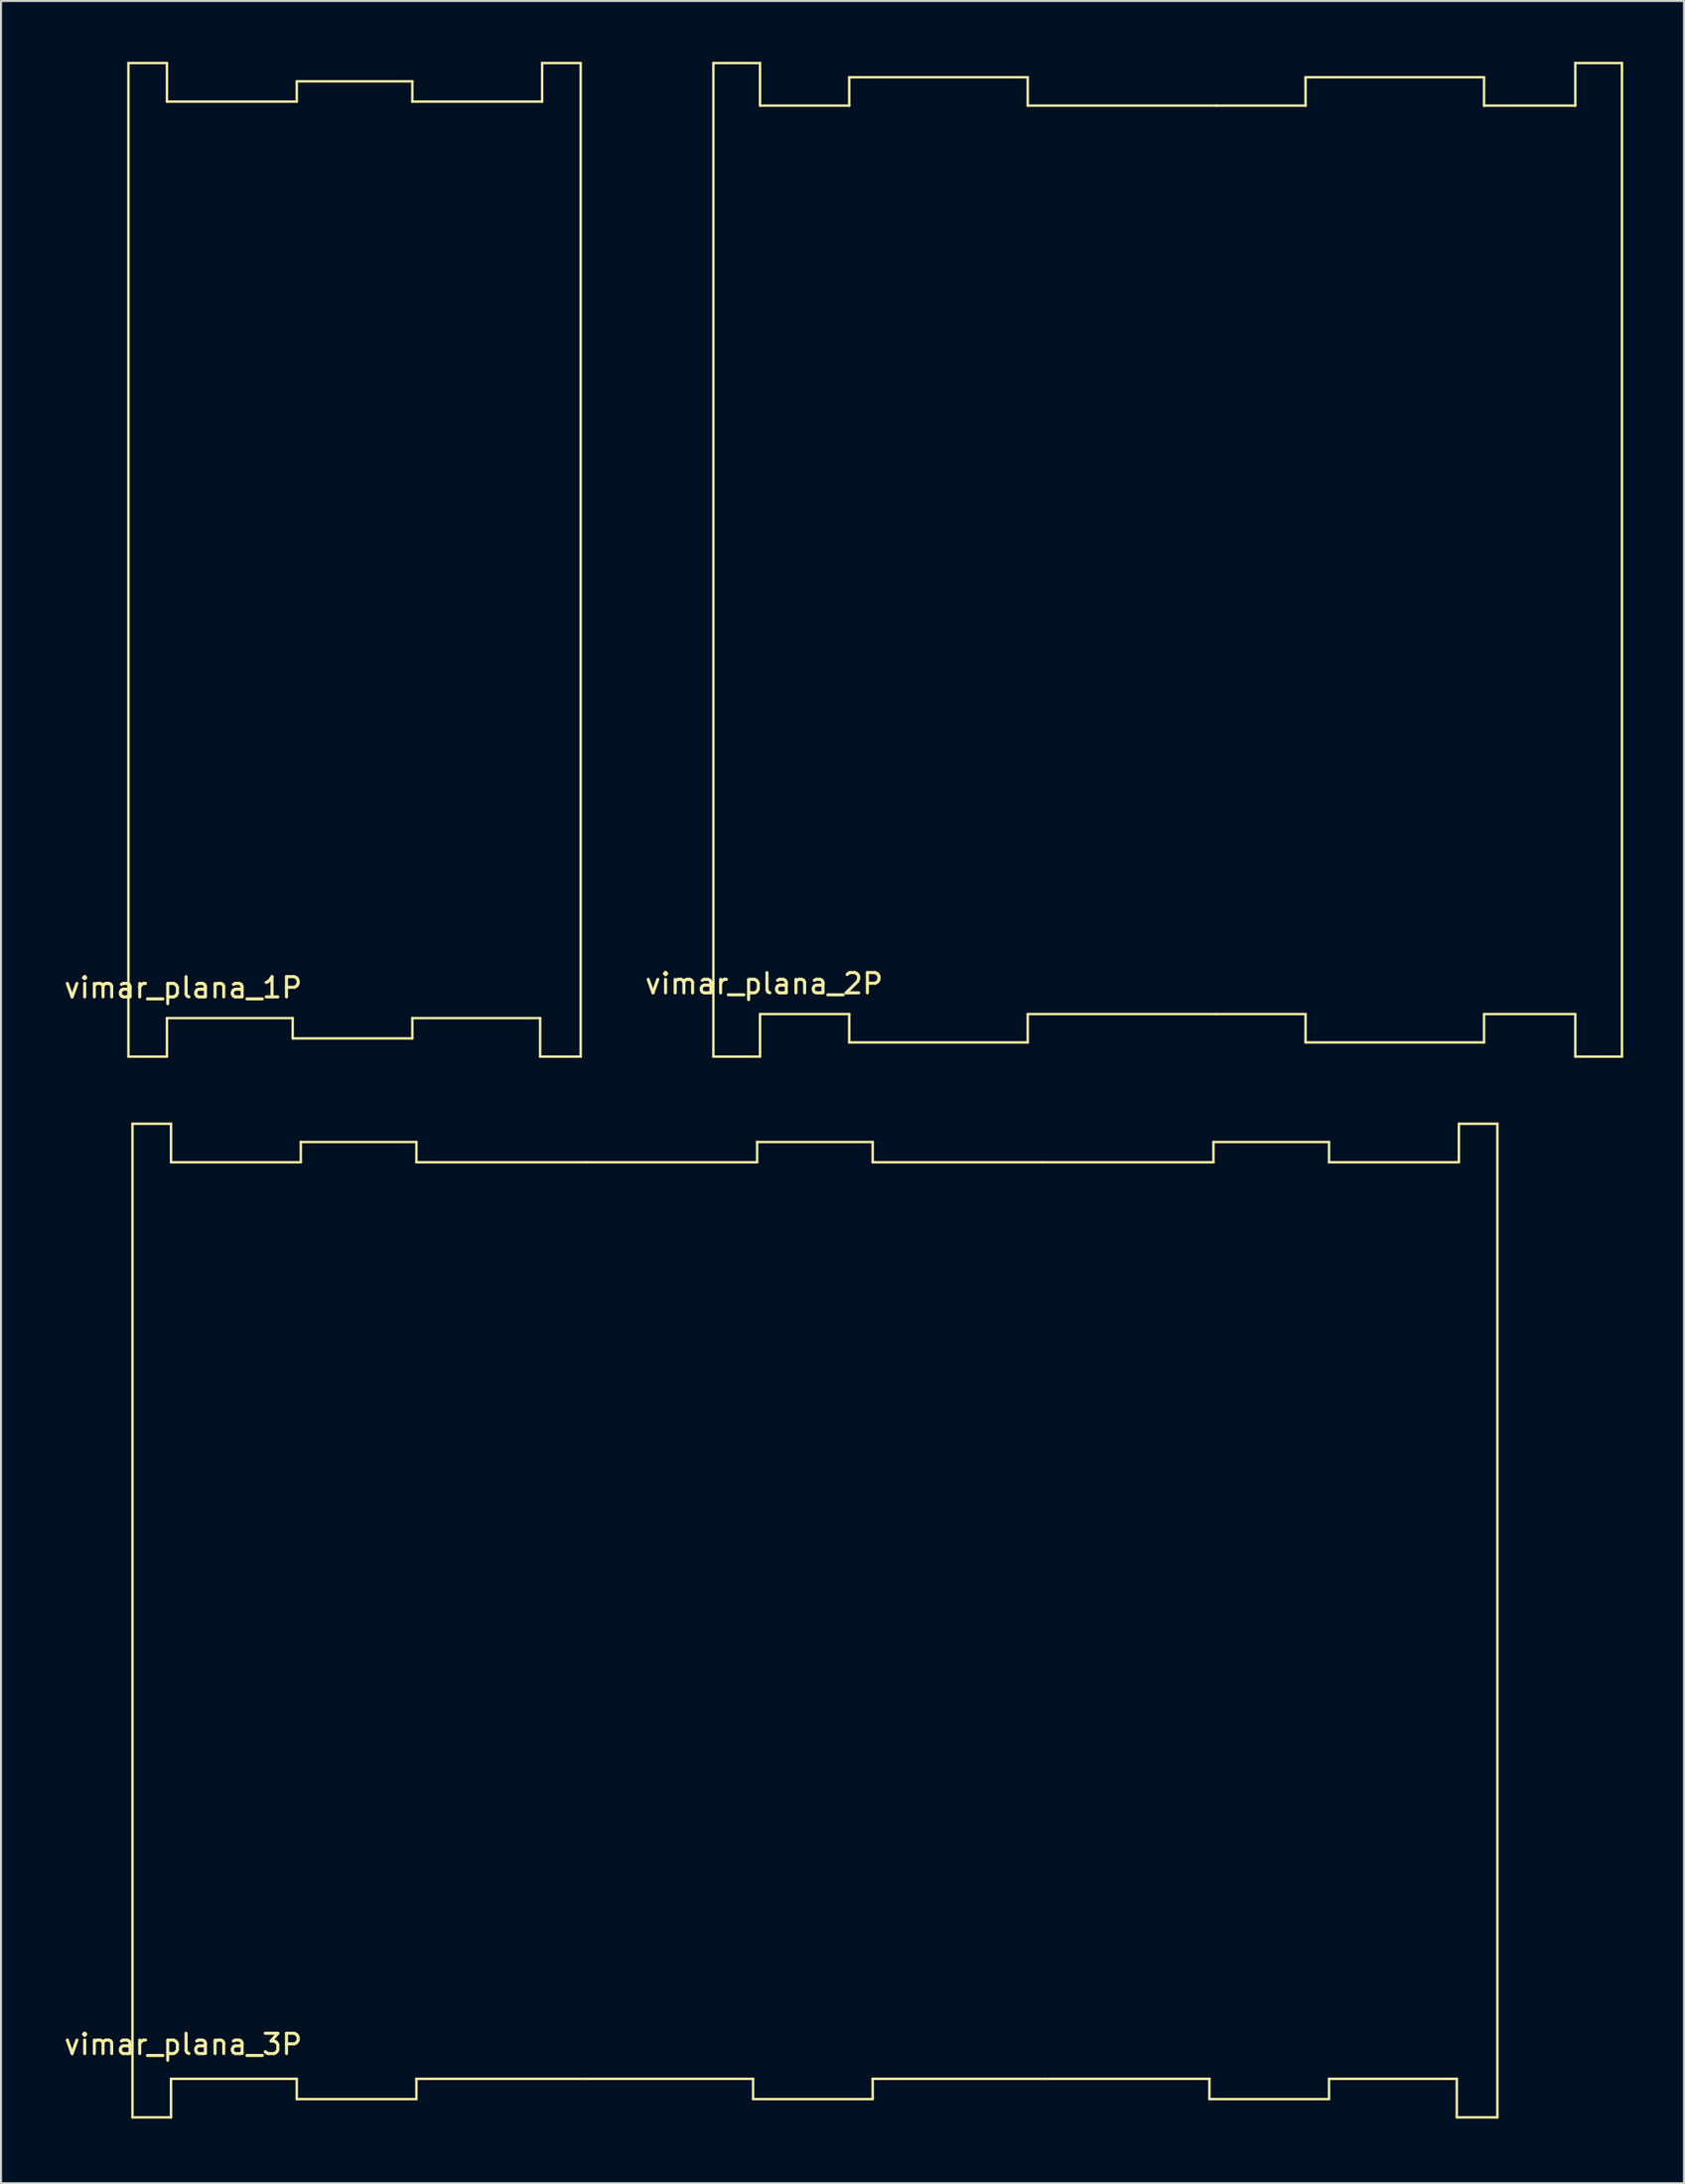
<source format=kicad_pcb>
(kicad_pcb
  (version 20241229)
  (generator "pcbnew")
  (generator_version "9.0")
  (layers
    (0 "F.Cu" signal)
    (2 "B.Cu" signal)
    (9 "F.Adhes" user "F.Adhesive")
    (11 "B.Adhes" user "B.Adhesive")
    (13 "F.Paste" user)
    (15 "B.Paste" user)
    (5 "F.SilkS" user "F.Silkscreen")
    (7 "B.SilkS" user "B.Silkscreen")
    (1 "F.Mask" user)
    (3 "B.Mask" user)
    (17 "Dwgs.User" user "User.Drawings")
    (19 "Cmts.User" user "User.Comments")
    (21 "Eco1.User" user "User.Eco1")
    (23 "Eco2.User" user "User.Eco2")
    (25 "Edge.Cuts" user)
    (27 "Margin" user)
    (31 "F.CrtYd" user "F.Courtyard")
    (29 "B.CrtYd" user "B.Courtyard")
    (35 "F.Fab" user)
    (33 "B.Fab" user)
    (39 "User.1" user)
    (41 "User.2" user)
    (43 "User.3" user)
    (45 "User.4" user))
  (footprint "vimar_plana_2P"
    (layer "F.Cu")
    (at 32.124 49.06)
    (property "Reference" "vimar_plana_2P" (at 2.5 -3.6 0) (layer "F.SilkS") (effects (font (size 1 1) (thickness 0.15))))
    (attr through_hole)
    (fp_line (start 0 -49) (end 0 0) (stroke (width 0.12) (type solid)) (layer "F.SilkS"))
    (fp_line (start 0 0) (end 2.3 0) (stroke (width 0.12) (type solid)) (layer "F.SilkS"))
    (fp_line (start 2.3 -49) (end 0 -49) (stroke (width 0.12) (type solid)) (layer "F.SilkS"))
    (fp_line (start 2.3 -46.9) (end 2.3 -49) (stroke (width 0.12) (type solid)) (layer "F.SilkS"))
    (fp_line (start 2.3 -2.1) (end 6.7 -2.1) (stroke (width 0.12) (type solid)) (layer "F.SilkS"))
    (fp_line (start 2.3 0) (end 2.3 -2.1) (stroke (width 0.12) (type solid)) (layer "F.SilkS"))
    (fp_line (start 6.7 -48.3) (end 6.7 -46.9) (stroke (width 0.12) (type solid)) (layer "F.SilkS"))
    (fp_line (start 6.7 -46.9) (end 2.3 -46.9) (stroke (width 0.12) (type solid)) (layer "F.SilkS"))
    (fp_line (start 6.7 -2.1) (end 6.7 -0.7) (stroke (width 0.12) (type solid)) (layer "F.SilkS"))
    (fp_line (start 6.7 -0.7) (end 15.5 -0.7) (stroke (width 0.12) (type solid)) (layer "F.SilkS"))
    (fp_line (start 15.5 -48.3) (end 6.7 -48.3) (stroke (width 0.12) (type solid)) (layer "F.SilkS"))
    (fp_line (start 15.5 -46.9) (end 15.5 -48.3) (stroke (width 0.12) (type solid)) (layer "F.SilkS"))
    (fp_line (start 15.5 -2.1) (end 24.8 -2.1) (stroke (width 0.12) (type solid)) (layer "F.SilkS"))
    (fp_line (start 15.5 -0.7) (end 15.5 -2.1) (stroke (width 0.12) (type solid)) (layer "F.SilkS"))
    (fp_line (start 24.8 -46.9) (end 15.5 -46.9) (stroke (width 0.12) (type solid)) (layer "F.SilkS"))
    (fp_line (start 24.8 -2.1) (end 29.2 -2.1) (stroke (width 0.12) (type solid)) (layer "F.SilkS"))
    (fp_line (start 29.2 -48.3) (end 29.2 -46.9) (stroke (width 0.12) (type solid)) (layer "F.SilkS"))
    (fp_line (start 29.2 -46.9) (end 24.8 -46.9) (stroke (width 0.12) (type solid)) (layer "F.SilkS"))
    (fp_line (start 29.2 -2.1) (end 29.2 -0.7) (stroke (width 0.12) (type solid)) (layer "F.SilkS"))
    (fp_line (start 29.2 -0.7) (end 38 -0.7) (stroke (width 0.12) (type solid)) (layer "F.SilkS"))
    (fp_line (start 38 -48.3) (end 29.2 -48.3) (stroke (width 0.12) (type solid)) (layer "F.SilkS"))
    (fp_line (start 38 -46.9) (end 38 -48.3) (stroke (width 0.12) (type solid)) (layer "F.SilkS"))
    (fp_line (start 38 -2.1) (end 42.5 -2.1) (stroke (width 0.12) (type solid)) (layer "F.SilkS"))
    (fp_line (start 38 -0.7) (end 38 -2.1) (stroke (width 0.12) (type solid)) (layer "F.SilkS"))
    (fp_line (start 42.5 -49) (end 42.5 -46.9) (stroke (width 0.12) (type solid)) (layer "F.SilkS"))
    (fp_line (start 42.5 -46.9) (end 38 -46.9) (stroke (width 0.12) (type solid)) (layer "F.SilkS"))
    (fp_line (start 42.5 -2.1) (end 42.5 0) (stroke (width 0.12) (type solid)) (layer "F.SilkS"))
    (fp_line (start 42.5 0) (end 44.8 0) (stroke (width 0.12) (type solid)) (layer "F.SilkS"))
    (fp_line (start 44.8 -49) (end 42.5 -49) (stroke (width 0.12) (type solid)) (layer "F.SilkS"))
    (fp_line (start 44.8 0) (end 44.8 -49) (stroke (width 0.12) (type solid)) (layer "F.SilkS")))
  (footprint "vimar_plana_1P"
    (layer "F.Cu")
    (at 3.282 49.06)
    (property "Reference" "vimar_plana_1P" (at 2.7 -3.4 0) (layer "F.SilkS") (effects (font (size 1 1) (thickness 0.15))))
    (attr through_hole)
    (fp_line (start 0 -49) (end 0 0) (stroke (width 0.12) (type solid)) (layer "F.SilkS"))
    (fp_line (start 0 0) (end 1.9 0) (stroke (width 0.12) (type solid)) (layer "F.SilkS"))
    (fp_line (start 1.9 -49) (end 0 -49) (stroke (width 0.12) (type solid)) (layer "F.SilkS"))
    (fp_line (start 1.9 -47.1) (end 1.9 -49) (stroke (width 0.12) (type solid)) (layer "F.SilkS"))
    (fp_line (start 1.9 -1.9) (end 8.1 -1.9) (stroke (width 0.12) (type solid)) (layer "F.SilkS"))
    (fp_line (start 1.9 0) (end 1.9 -1.9) (stroke (width 0.12) (type solid)) (layer "F.SilkS"))
    (fp_line (start 8.1 -1.9) (end 8.1 -0.9) (stroke (width 0.12) (type solid)) (layer "F.SilkS"))
    (fp_line (start 8.1 -0.9) (end 14 -0.9) (stroke (width 0.12) (type solid)) (layer "F.SilkS"))
    (fp_line (start 8.3 -48.1) (end 8.3 -47.1) (stroke (width 0.12) (type solid)) (layer "F.SilkS"))
    (fp_line (start 8.3 -47.1) (end 1.9 -47.1) (stroke (width 0.12) (type solid)) (layer "F.SilkS"))
    (fp_line (start 14 -48.1) (end 8.3 -48.1) (stroke (width 0.12) (type solid)) (layer "F.SilkS"))
    (fp_line (start 14 -47.1) (end 14 -48.1) (stroke (width 0.12) (type solid)) (layer "F.SilkS"))
    (fp_line (start 14 -1.9) (end 20.3 -1.9) (stroke (width 0.12) (type solid)) (layer "F.SilkS"))
    (fp_line (start 14 -0.9) (end 14 -1.9) (stroke (width 0.12) (type solid)) (layer "F.SilkS"))
    (fp_line (start 20.3 -1.9) (end 20.3 0) (stroke (width 0.12) (type solid)) (layer "F.SilkS"))
    (fp_line (start 20.3 0) (end 22.3 0) (stroke (width 0.12) (type solid)) (layer "F.SilkS"))
    (fp_line (start 20.4 -49) (end 20.4 -47.1) (stroke (width 0.12) (type solid)) (layer "F.SilkS"))
    (fp_line (start 20.4 -47.1) (end 14 -47.1) (stroke (width 0.12) (type solid)) (layer "F.SilkS"))
    (fp_line (start 22.3 -49) (end 20.4 -49) (stroke (width 0.12) (type solid)) (layer "F.SilkS"))
    (fp_line (start 22.3 0) (end 22.3 -49) (stroke (width 0.12) (type solid)) (layer "F.SilkS")))
  (footprint "vimar_plana_3P"
    (layer "F.Cu")
    (at 3.482 101.37)
    (property "Reference" "vimar_plana_3P" (at 2.5 -3.6 0) (layer "F.SilkS") (effects (font (size 1 1) (thickness 0.15))))
    (attr through_hole)
    (fp_line (start 0 -49) (end 0 0) (stroke (width 0.12) (type solid)) (layer "F.SilkS"))
    (fp_line (start 0 0) (end 1.9 0) (stroke (width 0.12) (type solid)) (layer "F.SilkS"))
    (fp_line (start 1.9 -49) (end 0 -49) (stroke (width 0.12) (type solid)) (layer "F.SilkS"))
    (fp_line (start 1.9 -47.1) (end 1.9 -49) (stroke (width 0.12) (type solid)) (layer "F.SilkS"))
    (fp_line (start 1.9 -1.9) (end 8.1 -1.9) (stroke (width 0.12) (type solid)) (layer "F.SilkS"))
    (fp_line (start 1.9 0) (end 1.9 -1.9) (stroke (width 0.12) (type solid)) (layer "F.SilkS"))
    (fp_line (start 8.1 -1.9) (end 8.1 -0.9) (stroke (width 0.12) (type solid)) (layer "F.SilkS"))
    (fp_line (start 8.1 -0.9) (end 14 -0.9) (stroke (width 0.12) (type solid)) (layer "F.SilkS"))
    (fp_line (start 8.3 -48.1) (end 8.3 -47.1) (stroke (width 0.12) (type solid)) (layer "F.SilkS"))
    (fp_line (start 8.3 -47.1) (end 1.9 -47.1) (stroke (width 0.12) (type solid)) (layer "F.SilkS"))
    (fp_line (start 14 -48.1) (end 8.3 -48.1) (stroke (width 0.12) (type solid)) (layer "F.SilkS"))
    (fp_line (start 14 -47.1) (end 14 -48.1) (stroke (width 0.12) (type solid)) (layer "F.SilkS"))
    (fp_line (start 14 -1.9) (end 22.4 -1.9) (stroke (width 0.12) (type solid)) (layer "F.SilkS"))
    (fp_line (start 14 -0.9) (end 14 -1.9) (stroke (width 0.12) (type solid)) (layer "F.SilkS"))
    (fp_line (start 22.4 -47.1) (end 14 -47.1) (stroke (width 0.12) (type solid)) (layer "F.SilkS"))
    (fp_line (start 22.4 -1.9) (end 30.6 -1.9) (stroke (width 0.12) (type solid)) (layer "F.SilkS"))
    (fp_line (start 30.6 -1.9) (end 30.6 -0.9) (stroke (width 0.12) (type solid)) (layer "F.SilkS"))
    (fp_line (start 30.6 -0.9) (end 36.5 -0.9) (stroke (width 0.12) (type solid)) (layer "F.SilkS"))
    (fp_line (start 30.8 -48.1) (end 30.8 -47.1) (stroke (width 0.12) (type solid)) (layer "F.SilkS"))
    (fp_line (start 30.8 -47.1) (end 22.4 -47.1) (stroke (width 0.12) (type solid)) (layer "F.SilkS"))
    (fp_line (start 36.5 -48.1) (end 30.8 -48.1) (stroke (width 0.12) (type solid)) (layer "F.SilkS"))
    (fp_line (start 36.5 -47.1) (end 36.5 -48.1) (stroke (width 0.12) (type solid)) (layer "F.SilkS"))
    (fp_line (start 36.5 -1.9) (end 44.9 -1.9) (stroke (width 0.12) (type solid)) (layer "F.SilkS"))
    (fp_line (start 36.5 -0.9) (end 36.5 -1.9) (stroke (width 0.12) (type solid)) (layer "F.SilkS"))
    (fp_line (start 44.9 -47.1) (end 36.5 -47.1) (stroke (width 0.12) (type solid)) (layer "F.SilkS"))
    (fp_line (start 44.9 -1.9) (end 53.1 -1.9) (stroke (width 0.12) (type solid)) (layer "F.SilkS"))
    (fp_line (start 53.1 -1.9) (end 53.1 -0.9) (stroke (width 0.12) (type solid)) (layer "F.SilkS"))
    (fp_line (start 53.1 -0.9) (end 59 -0.9) (stroke (width 0.12) (type solid)) (layer "F.SilkS"))
    (fp_line (start 53.3 -48.1) (end 53.3 -47.1) (stroke (width 0.12) (type solid)) (layer "F.SilkS"))
    (fp_line (start 53.3 -47.1) (end 44.9 -47.1) (stroke (width 0.12) (type solid)) (layer "F.SilkS"))
    (fp_line (start 59 -48.1) (end 53.3 -48.1) (stroke (width 0.12) (type solid)) (layer "F.SilkS"))
    (fp_line (start 59 -47.1) (end 59 -48.1) (stroke (width 0.12) (type solid)) (layer "F.SilkS"))
    (fp_line (start 59 -1.9) (end 65.3 -1.9) (stroke (width 0.12) (type solid)) (layer "F.SilkS"))
    (fp_line (start 59 -0.9) (end 59 -1.9) (stroke (width 0.12) (type solid)) (layer "F.SilkS"))
    (fp_line (start 65.3 -1.9) (end 65.3 0) (stroke (width 0.12) (type solid)) (layer "F.SilkS"))
    (fp_line (start 65.3 0) (end 67.3 0) (stroke (width 0.12) (type solid)) (layer "F.SilkS"))
    (fp_line (start 65.4 -49) (end 65.4 -47.1) (stroke (width 0.12) (type solid)) (layer "F.SilkS"))
    (fp_line (start 65.4 -47.1) (end 59 -47.1) (stroke (width 0.12) (type solid)) (layer "F.SilkS"))
    (fp_line (start 67.3 -49) (end 65.4 -49) (stroke (width 0.12) (type solid)) (layer "F.SilkS"))
    (fp_line (start 67.3 0) (end 67.3 -49) (stroke (width 0.12) (type solid)) (layer "F.SilkS")))
  (gr_rect
    (start -3 -3)
    (end 79.984 104.62)
    (stroke (width 0.1) (type default))
    (fill no)
    (layer "Edge.Cuts")))
</source>
